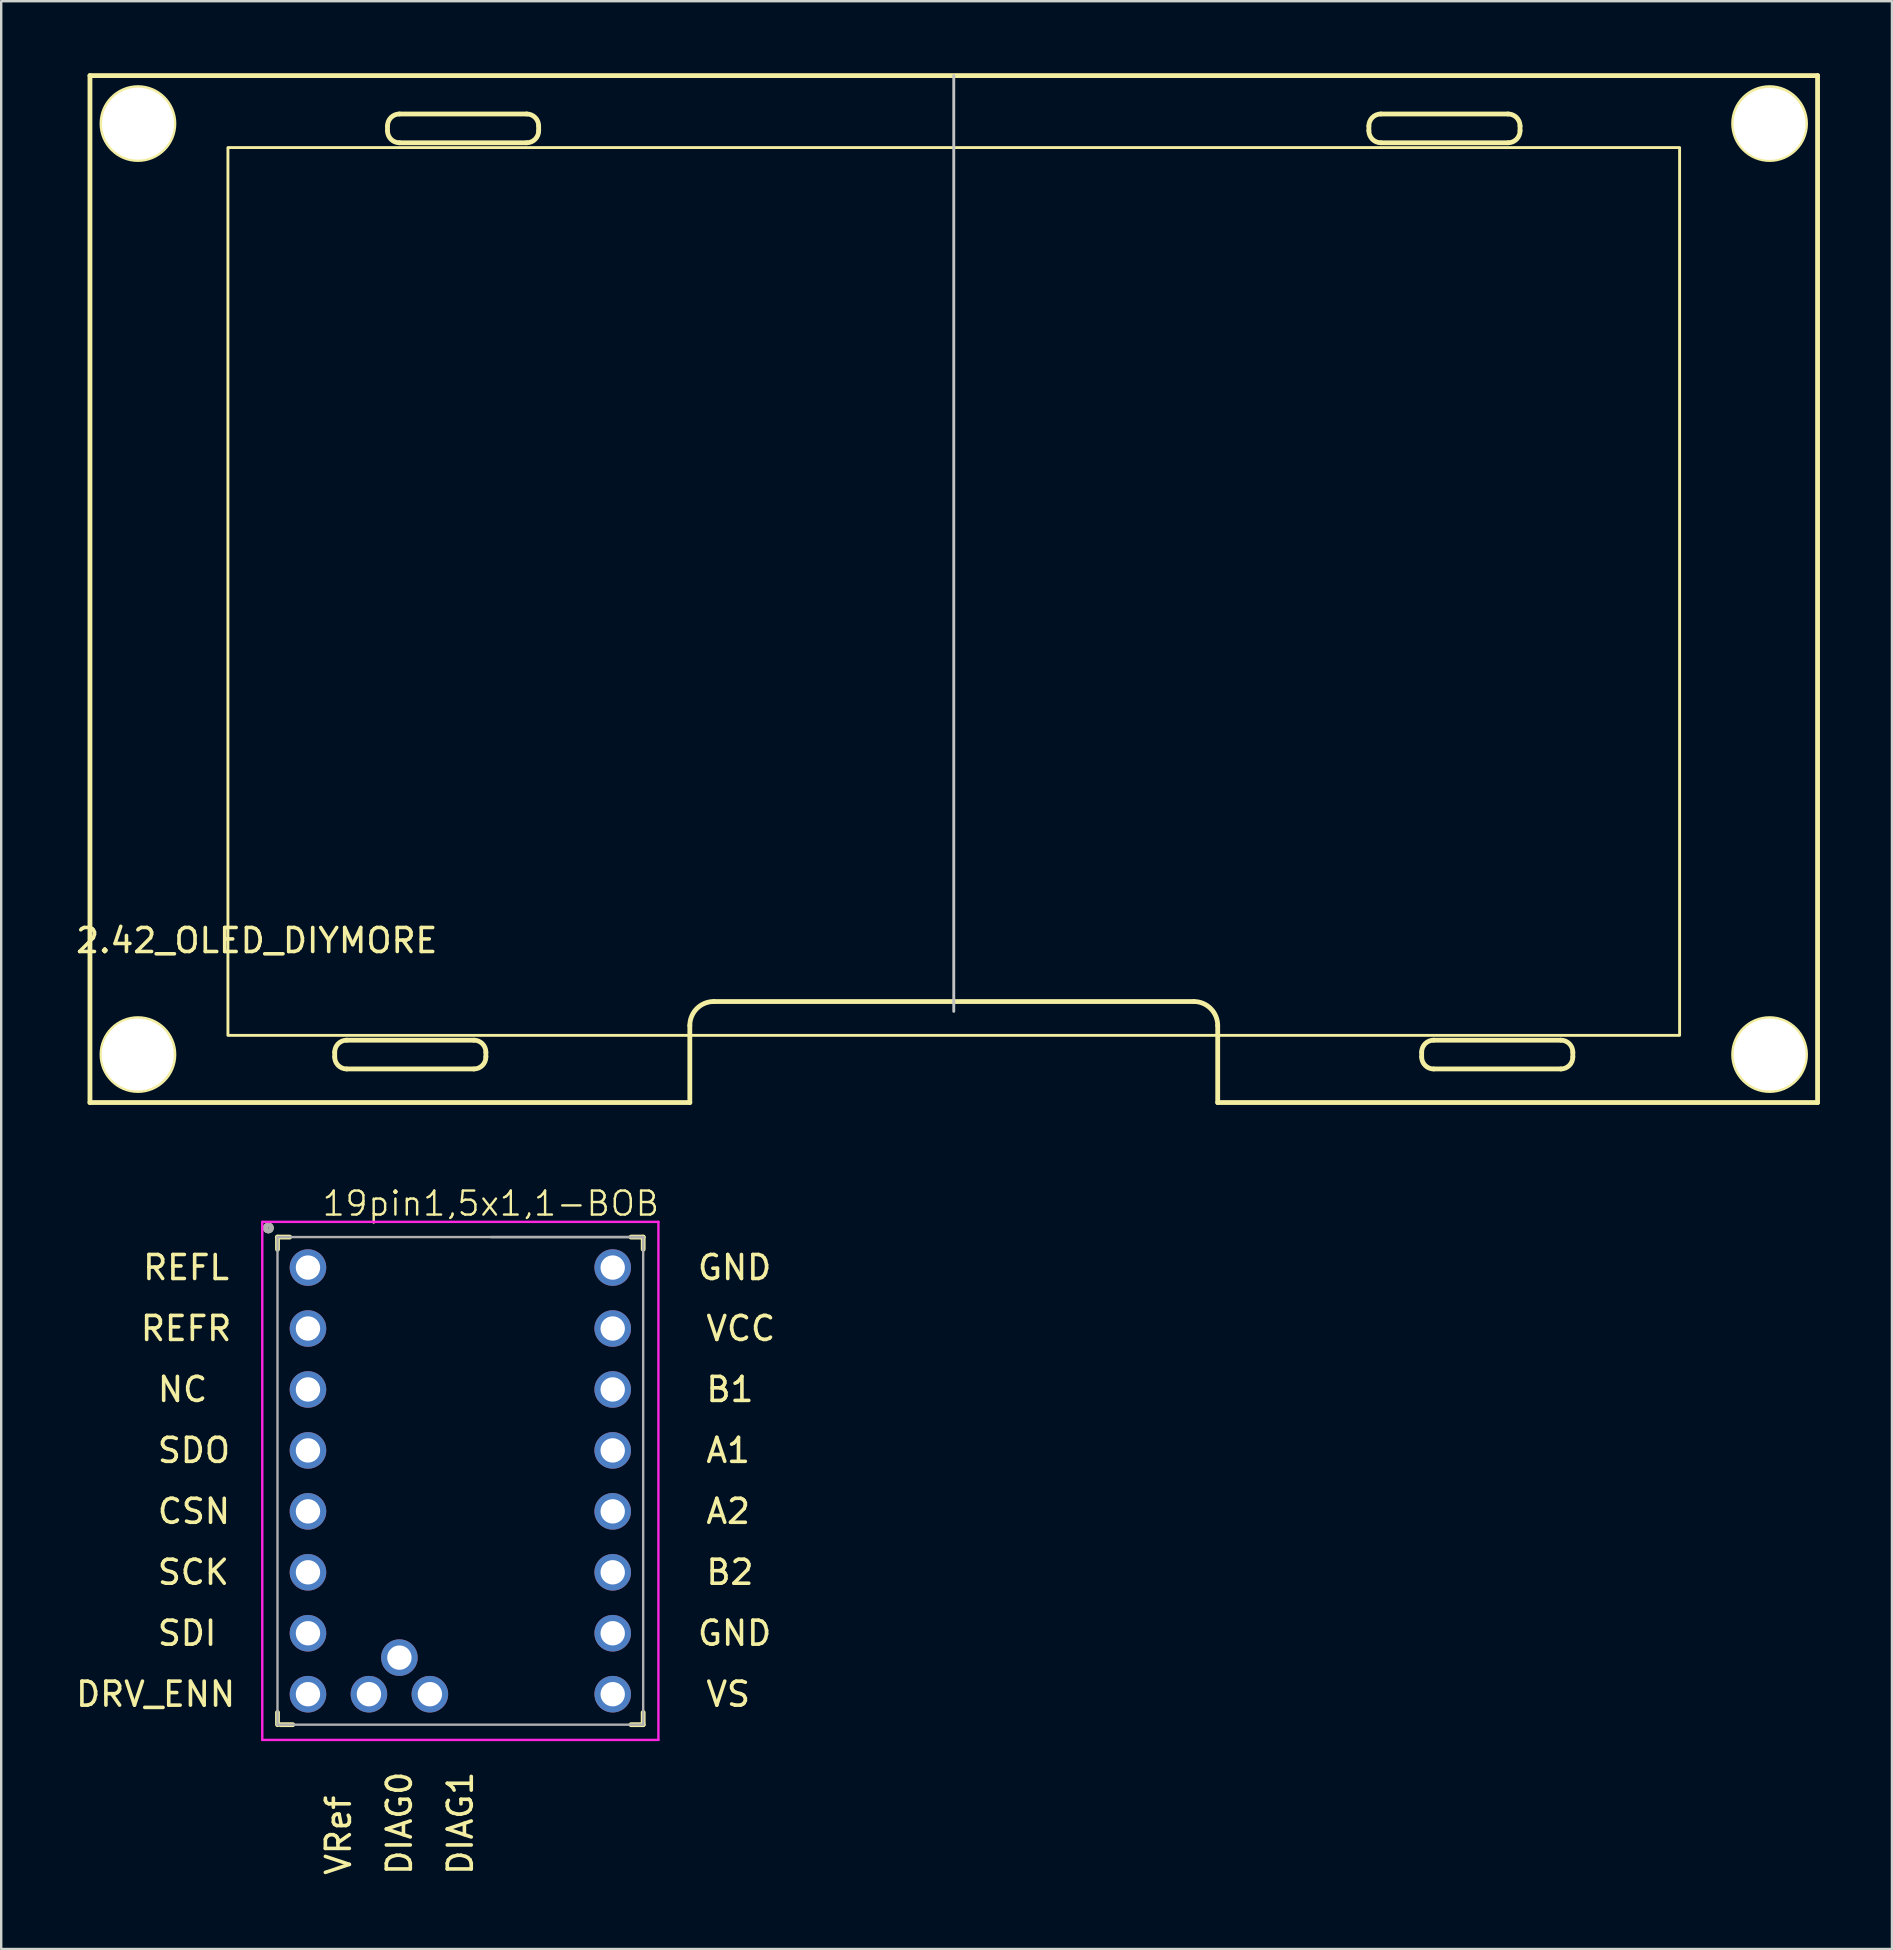
<source format=kicad_pcb>
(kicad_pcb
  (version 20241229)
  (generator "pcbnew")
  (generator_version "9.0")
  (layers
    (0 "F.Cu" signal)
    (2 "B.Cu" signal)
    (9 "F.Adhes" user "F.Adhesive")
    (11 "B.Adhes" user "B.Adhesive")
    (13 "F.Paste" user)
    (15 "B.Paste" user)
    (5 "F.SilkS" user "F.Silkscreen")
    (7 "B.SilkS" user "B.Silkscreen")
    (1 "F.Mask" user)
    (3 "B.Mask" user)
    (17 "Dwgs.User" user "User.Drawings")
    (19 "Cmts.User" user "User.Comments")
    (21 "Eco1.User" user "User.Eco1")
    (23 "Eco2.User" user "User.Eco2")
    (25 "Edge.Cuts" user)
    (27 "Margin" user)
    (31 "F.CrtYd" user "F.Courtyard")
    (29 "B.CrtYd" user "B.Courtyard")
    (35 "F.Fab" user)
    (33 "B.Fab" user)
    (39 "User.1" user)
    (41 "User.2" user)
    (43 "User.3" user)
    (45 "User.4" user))
  (footprint "19pin1,5x1,1-BOB"
    (layer "F.Cu")
    (at 17.405 62.477)
    (property "Reference" "19pin1,5x1,1-BOB" (at 0 -15.367 0) (layer "F.SilkS") (effects (font (size 1 1) (thickness 0.1))))
    (attr through_hole)
    (fp_line (start -8.89 -13.97) (end -8.89 -13.462) (stroke (width 0.2) (type solid)) (layer "F.SilkS"))
    (fp_line (start -8.89 -13.97) (end -8.382 -13.97) (stroke (width 0.2) (type solid)) (layer "F.SilkS"))
    (fp_line (start -8.89 6.35) (end -8.89 5.842) (stroke (width 0.2) (type solid)) (layer "F.SilkS"))
    (fp_line (start -8.763 6.35) (end -8.255 6.35) (stroke (width 0.2) (type solid)) (layer "F.SilkS"))
    (fp_line (start 6.35 -13.97) (end 5.842 -13.97) (stroke (width 0.2) (type solid)) (layer "F.SilkS"))
    (fp_line (start 6.35 -13.97) (end 6.35 -13.462) (stroke (width 0.2) (type solid)) (layer "F.SilkS"))
    (fp_line (start 6.35 6.35) (end 5.842 6.35) (stroke (width 0.2) (type solid)) (layer "F.SilkS"))
    (fp_line (start 6.35 6.35) (end 6.35 5.842) (stroke (width 0.2) (type solid)) (layer "F.SilkS"))
    (fp_circle (center -9.271 -14.351) (end -9.144 -14.351) (stroke (width 0.2) (type solid)) (fill no) (layer "F.SilkS"))
    (fp_line (start -9.525 -14.605) (end 6.985 -14.605) (stroke (width 0.1) (type solid)) (layer "F.CrtYd"))
    (fp_line (start -9.525 6.985) (end -9.525 -14.605) (stroke (width 0.1) (type solid)) (layer "F.CrtYd"))
    (fp_line (start 6.985 -14.605) (end 6.985 6.985) (stroke (width 0.1) (type solid)) (layer "F.CrtYd"))
    (fp_line (start 6.985 6.985) (end -9.525 6.985) (stroke (width 0.1) (type solid)) (layer "F.CrtYd"))
    (fp_line (start -8.89 -13.97) (end 6.35 -13.97) (stroke (width 0.1) (type solid)) (layer "F.Fab"))
    (fp_line (start -8.89 6.35) (end -8.89 -13.97) (stroke (width 0.1) (type solid)) (layer "F.Fab"))
    (fp_line (start 0 -13.97) (end 6.35 -13.97) (stroke (width 0.1) (type solid)) (layer "F.Fab"))
    (fp_line (start 6.35 -13.97) (end 6.35 6.35) (stroke (width 0.1) (type solid)) (layer "F.Fab"))
    (fp_line (start 6.35 6.35) (end -8.89 6.35) (stroke (width 0.1) (type solid)) (layer "F.Fab"))
    (fp_circle (center -9.271 -14.351) (end -9.144 -14.351) (stroke (width 0.2) (type solid)) (fill no) (layer "F.Fab"))
    (fp_text user "DIAG1" (at -1.27 12.7 90) (unlocked yes) (layer "F.SilkS") (effects (font (size 1 1) (thickness 0.15)) (justify left)))
    (fp_text user "CSN" (at -13.97 -2.54 0) (unlocked yes) (layer "F.SilkS") (effects (font (size 1 1) (thickness 0.15)) (justify left)))
    (fp_text user "B2" (at 8.89 0 0) (unlocked yes) (layer "F.SilkS") (effects (font (size 1 1) (thickness 0.15)) (justify left)))
    (fp_text user "SDO" (at -13.97 -5.08 0) (unlocked yes) (layer "F.SilkS") (effects (font (size 1 1) (thickness 0.15)) (justify left)))
    (fp_text user "SDI" (at -13.97 2.54 0) (unlocked yes) (layer "F.SilkS") (effects (font (size 1 1) (thickness 0.15)) (justify left)))
    (fp_text user "DRV_ENN" (at -13.97 5.08 0) (unlocked yes) (layer "F.SilkS") (effects (font (size 1 1) (thickness 0.15))))
    (fp_text user "VS" (at 8.89 5.08 0) (unlocked yes) (layer "F.SilkS") (effects (font (size 1 1) (thickness 0.15)) (justify left)))
    (fp_text user "REFL" (at -12.7 -12.7 0) (unlocked yes) (layer "F.SilkS") (effects (font (size 1 1) (thickness 0.15))))
    (fp_text user "SCK" (at -13.97 0 0) (unlocked yes) (layer "F.SilkS") (effects (font (size 1 1) (thickness 0.15)) (justify left)))
    (fp_text user "VRef" (at -6.35 12.7 90) (unlocked yes) (layer "F.SilkS") (effects (font (size 1 1) (thickness 0.15)) (justify left)))
    (fp_text user "A1" (at 8.89 -5.08 0) (unlocked yes) (layer "F.SilkS") (effects (font (size 1 1) (thickness 0.15)) (justify left)))
    (fp_text user "GND" (at 10.16 2.54 0) (unlocked yes) (layer "F.SilkS") (effects (font (size 1 1) (thickness 0.15))))
    (fp_text user "NC" (at -13.97 -7.62 0) (unlocked yes) (layer "F.SilkS") (effects (font (size 1 1) (thickness 0.15)) (justify left)))
    (fp_text user "REFR" (at -12.7 -10.16 0) (unlocked yes) (layer "F.SilkS") (effects (font (size 1 1) (thickness 0.15))))
    (fp_text user "B1" (at 8.89 -7.62 0) (unlocked yes) (layer "F.SilkS") (effects (font (size 1 1) (thickness 0.15)) (justify left)))
    (fp_text user "DIAG0" (at -3.81 12.7 90) (unlocked yes) (layer "F.SilkS") (effects (font (size 1 1) (thickness 0.15)) (justify left)))
    (fp_text user "A2" (at 8.89 -2.54 0) (unlocked yes) (layer "F.SilkS") (effects (font (size 1 1) (thickness 0.15)) (justify left)))
    (fp_text user "GND" (at 10.16 -12.7 0) (unlocked yes) (layer "F.SilkS") (effects (font (size 1 1) (thickness 0.15))))
    (fp_text user "VCC" (at 8.89 -10.16 0) (unlocked yes) (layer "F.SilkS") (effects (font (size 1 1) (thickness 0.15)) (justify left)))
    (pad "1" thru_hole circle (at -7.62 -12.7) (size 1.524 1.524) (drill 1.016) (layers "*.Cu" "*.Mask"))
    (pad "2" thru_hole circle (at -7.62 -10.16) (size 1.524 1.524) (drill 1.016) (layers "*.Cu" "*.Mask"))
    (pad "3" thru_hole circle (at -7.62 -7.62) (size 1.524 1.524) (drill 1.016) (layers "*.Cu" "*.Mask"))
    (pad "4" thru_hole circle (at -7.62 -5.08) (size 1.524 1.524) (drill 1.016) (layers "*.Cu" "*.Mask"))
    (pad "5" thru_hole circle (at -7.62 -2.54) (size 1.524 1.524) (drill 1.016) (layers "*.Cu" "*.Mask"))
    (pad "6" thru_hole circle (at -7.62 0) (size 1.524 1.524) (drill 1.016) (layers "*.Cu" "*.Mask"))
    (pad "7" thru_hole circle (at -7.62 2.54) (size 1.524 1.524) (drill 1.016) (layers "*.Cu" "*.Mask"))
    (pad "8" thru_hole circle (at -7.62 5.08) (size 1.524 1.524) (drill 1.016) (layers "*.Cu" "*.Mask"))
    (pad "9" thru_hole circle (at 5.08 5.08) (size 1.524 1.524) (drill 1.016) (layers "*.Cu" "*.Mask"))
    (pad "10" thru_hole circle (at 5.08 2.54) (size 1.524 1.524) (drill 1.016) (layers "*.Cu" "*.Mask"))
    (pad "11" thru_hole circle (at 5.08 0) (size 1.524 1.524) (drill 1.016) (layers "*.Cu" "*.Mask"))
    (pad "12" thru_hole circle (at 5.08 -2.54) (size 1.524 1.524) (drill 1.016) (layers "*.Cu" "*.Mask"))
    (pad "13" thru_hole circle (at 5.08 -5.08) (size 1.524 1.524) (drill 1.016) (layers "*.Cu" "*.Mask"))
    (pad "14" thru_hole circle (at 5.08 -7.62) (size 1.524 1.524) (drill 1.016) (layers "*.Cu" "*.Mask"))
    (pad "15" thru_hole circle (at 5.08 -10.16) (size 1.524 1.524) (drill 1.016) (layers "*.Cu" "*.Mask"))
    (pad "16" thru_hole circle (at 5.08 -12.7) (size 1.524 1.524) (drill 1.016) (layers "*.Cu" "*.Mask"))
    (pad "17" thru_hole circle (at -5.08 5.08) (size 1.524 1.524) (drill 1.016) (layers "*.Cu" "*.Mask"))
    (pad "18" thru_hole circle (at -3.81 3.556) (size 1.524 1.524) (drill 1.016) (layers "*.Cu" "*.Mask"))
    (pad "19" thru_hole circle (at -2.54 5.08) (size 1.524 1.524) (drill 1.016) (layers "*.Cu" "*.Mask")))
  (footprint "2.42_OLED_DIYMORE"
    (layer "F.Cu")
    (at 36.699 43.1)
    (property "Reference" "2.42_OLED_DIYMORE" (at -29.05 -6.951 0) (layer "F.SilkS") (effects (font (size 1 1) (thickness 0.15))))
    (attr through_hole)
    (fp_line (start -36 -43) (end -36 -0.2) (stroke (width 0.2) (type solid)) (layer "F.SilkS"))
    (fp_line (start -36 -0.2) (end -11 -0.2) (stroke (width 0.2) (type solid)) (layer "F.SilkS"))
    (fp_line (start -25.8 -2.1) (end -25.8 -2.3) (stroke (width 0.2) (type solid)) (layer "F.SilkS"))
    (fp_line (start -25.3 -2.8) (end -20 -2.8) (stroke (width 0.2) (type solid)) (layer "F.SilkS"))
    (fp_line (start -23.6 -40.7) (end -23.6 -40.9) (stroke (width 0.2) (type solid)) (layer "F.SilkS"))
    (fp_line (start -23.1 -41.4) (end -17.8 -41.4) (stroke (width 0.2) (type solid)) (layer "F.SilkS"))
    (fp_line (start -20 -1.6) (end -25.3 -1.6) (stroke (width 0.2) (type solid)) (layer "F.SilkS"))
    (fp_line (start -19.5 -2.3) (end -19.5 -2.1) (stroke (width 0.2) (type solid)) (layer "F.SilkS"))
    (fp_line (start -17.8 -40.2) (end -23.1 -40.2) (stroke (width 0.2) (type solid)) (layer "F.SilkS"))
    (fp_line (start -17.3 -40.9) (end -17.3 -40.7) (stroke (width 0.2) (type solid)) (layer "F.SilkS"))
    (fp_line (start -11 -0.2) (end -11 -3.411) (stroke (width 0.2) (type solid)) (layer "F.SilkS"))
    (fp_line (start -10 -4.411) (end 10 -4.411) (stroke (width 0.2) (type solid)) (layer "F.SilkS"))
    (fp_line (start 11 -3.411) (end 11 -0.2) (stroke (width 0.2) (type solid)) (layer "F.SilkS"))
    (fp_line (start 11 -0.2) (end 36 -0.2) (stroke (width 0.2) (type solid)) (layer "F.SilkS"))
    (fp_line (start 17.3 -40.7) (end 17.3 -40.9) (stroke (width 0.2) (type solid)) (layer "F.SilkS"))
    (fp_line (start 17.8 -41.4) (end 23.1 -41.4) (stroke (width 0.2) (type solid)) (layer "F.SilkS"))
    (fp_line (start 19.5 -2.1) (end 19.5 -2.3) (stroke (width 0.2) (type solid)) (layer "F.SilkS"))
    (fp_line (start 20 -2.8) (end 25.3 -2.8) (stroke (width 0.2) (type solid)) (layer "F.SilkS"))
    (fp_line (start 23.1 -40.2) (end 17.8 -40.2) (stroke (width 0.2) (type solid)) (layer "F.SilkS"))
    (fp_line (start 23.6 -40.9) (end 23.6 -40.7) (stroke (width 0.2) (type solid)) (layer "F.SilkS"))
    (fp_line (start 25.3 -1.6) (end 20 -1.6) (stroke (width 0.2) (type solid)) (layer "F.SilkS"))
    (fp_line (start 25.8 -2.3) (end 25.8 -2.1) (stroke (width 0.2) (type solid)) (layer "F.SilkS"))
    (fp_line (start 36 -43) (end -36 -43) (stroke (width 0.2) (type solid)) (layer "F.SilkS"))
    (fp_line (start 36 -0.2) (end 36 -43) (stroke (width 0.2) (type solid)) (layer "F.SilkS"))
    (fp_rect (start -30.25 -40) (end 30.25 -3) (stroke (width 0.12) (type solid)) (fill no) (layer "F.SilkS"))
    (fp_arc (start -25.8 -2.3) (mid -25.653551 -2.653551) (end -25.3 -2.8) (stroke (width 0.2) (type solid)) (layer "F.SilkS"))
    (fp_arc (start -25.3 -1.6) (mid -25.653544 -1.746456) (end -25.8 -2.1) (stroke (width 0.2) (type solid)) (layer "F.SilkS"))
    (fp_arc (start -23.6 -40.9) (mid -23.453551 -41.253551) (end -23.1 -41.4) (stroke (width 0.2) (type solid)) (layer "F.SilkS"))
    (fp_arc (start -23.1 -40.2) (mid -23.453544 -40.346456) (end -23.6 -40.7) (stroke (width 0.2) (type solid)) (layer "F.SilkS"))
    (fp_arc (start -20 -2.8) (mid -19.646438 -2.653562) (end -19.5 -2.3) (stroke (width 0.2) (type solid)) (layer "F.SilkS"))
    (fp_arc (start -19.5 -2.1) (mid -19.646425 -1.746425) (end -20 -1.6) (stroke (width 0.2) (type solid)) (layer "F.SilkS"))
    (fp_arc (start -17.8 -41.4) (mid -17.446438 -41.253562) (end -17.3 -40.9) (stroke (width 0.2) (type solid)) (layer "F.SilkS"))
    (fp_arc (start -17.3 -40.7) (mid -17.446425 -40.346425) (end -17.8 -40.2) (stroke (width 0.2) (type solid)) (layer "F.SilkS"))
    (fp_arc (start -11 -3.410855) (mid -10.707107 -4.117962) (end -10 -4.410855) (stroke (width 0.2) (type solid)) (layer "F.SilkS"))
    (fp_arc (start 10 -4.410855) (mid 10.707107 -4.117962) (end 11 -3.410855) (stroke (width 0.2) (type solid)) (layer "F.SilkS"))
    (fp_arc (start 17.3 -40.9) (mid 17.446476 -41.253524) (end 17.8 -41.4) (stroke (width 0.2) (type solid)) (layer "F.SilkS"))
    (fp_arc (start 17.8 -40.2) (mid 17.446447 -40.346447) (end 17.3 -40.7) (stroke (width 0.2) (type solid)) (layer "F.SilkS"))
    (fp_arc (start 19.5 -2.3) (mid 19.646476 -2.653524) (end 20 -2.8) (stroke (width 0.2) (type solid)) (layer "F.SilkS"))
    (fp_arc (start 20 -1.6) (mid 19.646447 -1.746447) (end 19.5 -2.1) (stroke (width 0.2) (type solid)) (layer "F.SilkS"))
    (fp_arc (start 23.1 -41.4) (mid 23.453553 -41.253553) (end 23.6 -40.9) (stroke (width 0.2) (type solid)) (layer "F.SilkS"))
    (fp_arc (start 23.6 -40.7) (mid 23.453583 -40.346417) (end 23.1 -40.2) (stroke (width 0.2) (type solid)) (layer "F.SilkS"))
    (fp_arc (start 25.3 -2.8) (mid 25.653553 -2.653553) (end 25.8 -2.3) (stroke (width 0.2) (type solid)) (layer "F.SilkS"))
    (fp_arc (start 25.8 -2.1) (mid 25.653583 -1.746417) (end 25.3 -1.6) (stroke (width 0.2) (type solid)) (layer "F.SilkS"))
    (fp_circle (center -34 -41) (end -32.5 -41) (stroke (width 0.2) (type solid)) (fill no) (layer "F.SilkS"))
    (fp_circle (center -34 -2.2) (end -32.5 -2.2) (stroke (width 0.2) (type solid)) (fill no) (layer "F.SilkS"))
    (fp_circle (center 34 -41) (end 35.5 -41) (stroke (width 0.2) (type solid)) (fill no) (layer "F.SilkS"))
    (fp_circle (center 34 -2.2) (end 35.5 -2.2) (stroke (width 0.2) (type solid)) (fill no) (layer "F.SilkS"))
    (fp_line (start 0 -43) (end 0 -4) (stroke (width 0.12) (type solid)) (layer "Dwgs.User"))
    (pad "" np_thru_hole circle (at -34.008 -2.201) (size 3 3) (drill 3) (layers "*.Cu" "*.Mask"))
    (pad "" np_thru_hole circle (at -33.998 -40.997) (size 3 3) (drill 3) (layers "*.Cu" "*.Mask"))
    (pad "" np_thru_hole circle (at 33.998 -40.987) (size 3 3) (drill 3) (layers "*.Cu" "*.Mask"))
    (pad "" np_thru_hole circle (at 34.003 -2.201) (size 3 3) (drill 3) (layers "*.Cu" "*.Mask")))
  (gr_rect
    (start -3 -3)
    (end 75.799 78.177)
    (stroke (width 0.1) (type default))
    (fill no)
    (layer "Edge.Cuts")))
</source>
